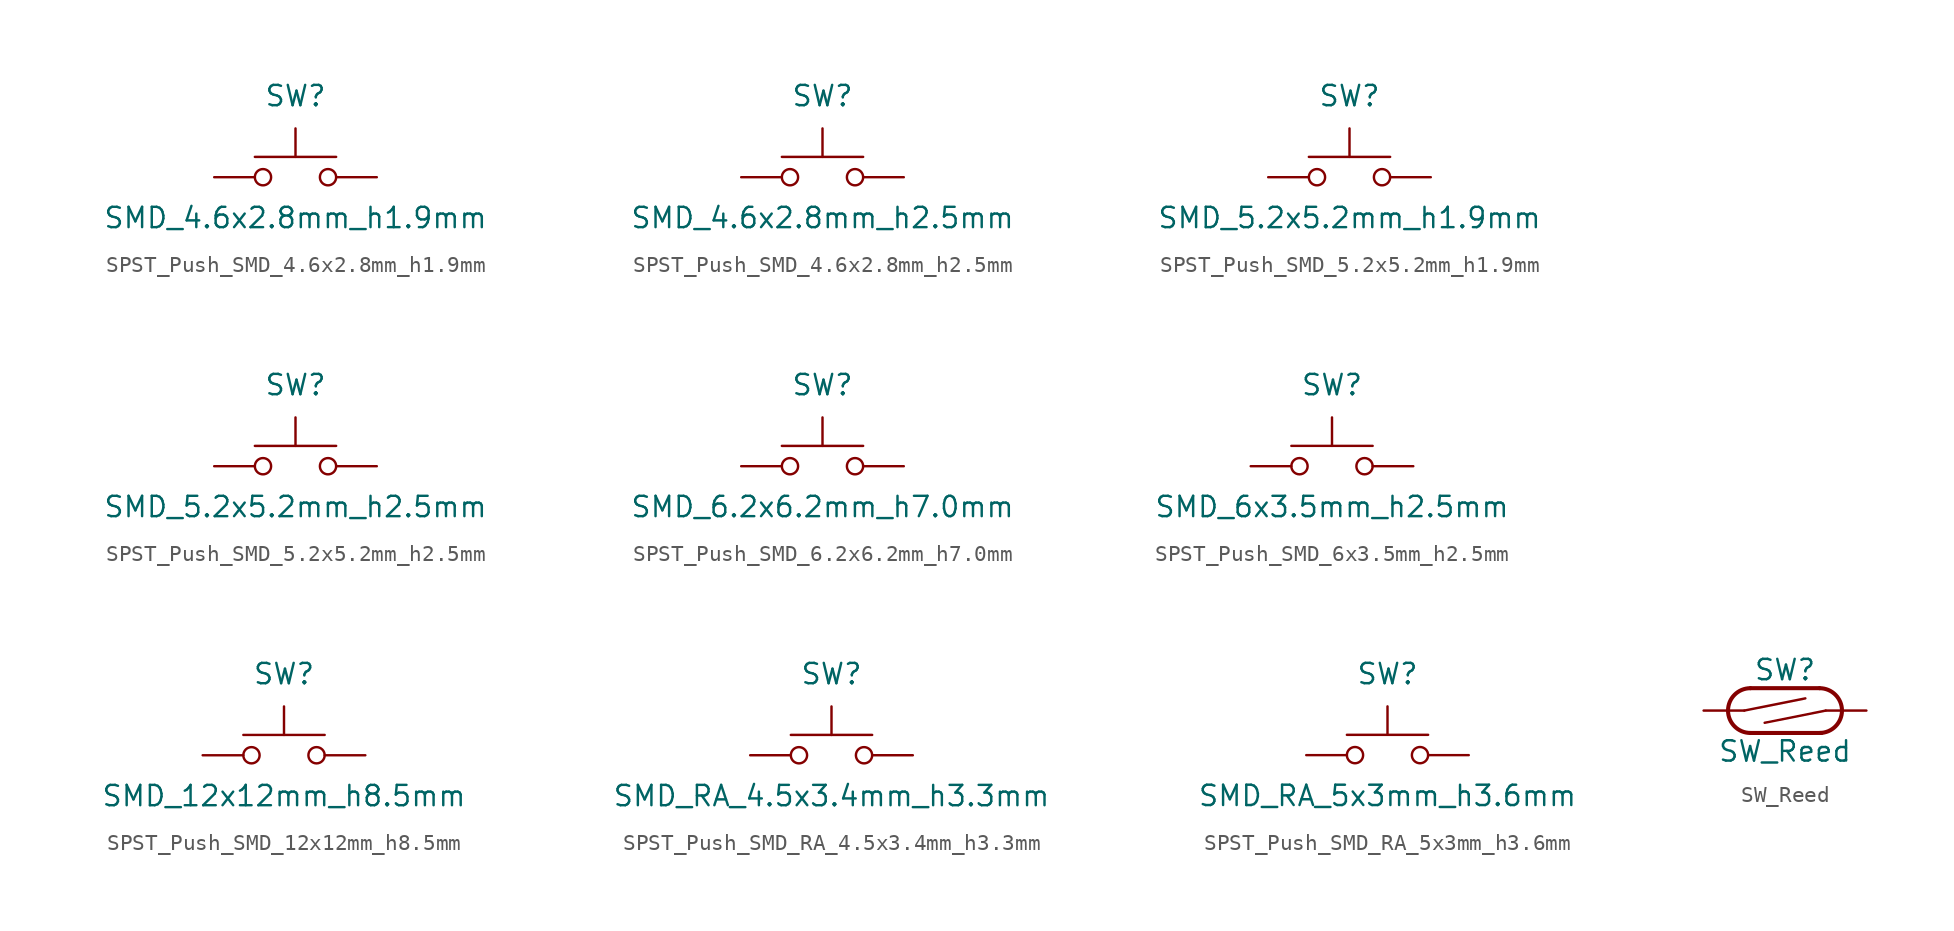
<source format=kicad_sym>
(kicad_symbol_lib
  (version 20241209)
  (generator "kicad_symbol_editor")
  (generator_version "9.0")
  (symbol "SPST_Push_SMD_4.6x2.8mm_h1.9mm"
    (pin_numbers
      (hide yes))
    (pin_names
      (offset 0)
      (hide yes))
    (property "Reference" "SW"
      (at 0 5.08 0)
      (effects (font (size 1.27 1.27))))
    (property "Value" "SMD_4.6x2.8mm_h1.9mm"
      (at 0 -2.54 0)
      (effects (font (size 1.27 1.27))))
    (symbol "SPST_Push_SMD_4.6x2.8mm_h1.9mm_0_1"
      (circle (center -2.032 0) (radius 0.508) (stroke (width 0) (type default)) (fill (type none)))
      (polyline (pts (xy 0 1.27) (xy 0 3.048)) (stroke (width 0) (type default)) (fill (type none)))
      (circle (center 2.032 0) (radius 0.508) (stroke (width 0) (type default)) (fill (type none)))
      (polyline (pts (xy 2.54 1.27) (xy -2.54 1.27)) (stroke (width 0) (type default)) (fill (type none)))
      (pin passive line (at -5.08 0 0) (length 2.54) (name "1" (effects (font (size 1.27 1.27)))) (number "1" (effects (font (size 1.27 1.27)))))
      (pin passive line (at 5.08 0 180) (length 2.54) (name "2" (effects (font (size 1.27 1.27)))) (number "2" (effects (font (size 1.27 1.27)))))))
  (symbol "SPST_Push_SMD_4.6x2.8mm_h2.5mm"
    (pin_numbers
      (hide yes))
    (pin_names
      (offset 0)
      (hide yes))
    (property "Reference" "SW"
      (at 0 5.08 0)
      (effects (font (size 1.27 1.27))))
    (property "Value" "SMD_4.6x2.8mm_h2.5mm"
      (at 0 -2.54 0)
      (effects (font (size 1.27 1.27))))
    (symbol "SPST_Push_SMD_4.6x2.8mm_h2.5mm_0_1"
      (circle (center -2.032 0) (radius 0.508) (stroke (width 0) (type default)) (fill (type none)))
      (polyline (pts (xy 0 1.27) (xy 0 3.048)) (stroke (width 0) (type default)) (fill (type none)))
      (circle (center 2.032 0) (radius 0.508) (stroke (width 0) (type default)) (fill (type none)))
      (polyline (pts (xy 2.54 1.27) (xy -2.54 1.27)) (stroke (width 0) (type default)) (fill (type none)))
      (pin passive line (at -5.08 0 0) (length 2.54) (name "1" (effects (font (size 1.27 1.27)))) (number "1" (effects (font (size 1.27 1.27))))))
    (symbol "SPST_Push_SMD_4.6x2.8mm_h2.5mm_1_1"
      (pin passive line (at 5.08 0 180) (length 2.54) (name "2" (effects (font (size 1.27 1.27)))) (number "2" (effects (font (size 1.27 1.27)))))))
  (symbol "SPST_Push_SMD_5.2x5.2mm_h1.9mm"
    (pin_numbers
      (hide yes))
    (pin_names
      (offset 0)
      (hide yes))
    (property "Reference" "SW"
      (at 0 5.08 0)
      (effects (font (size 1.27 1.27))))
    (property "Value" "SMD_5.2x5.2mm_h1.9mm"
      (at 0 -2.54 0)
      (effects (font (size 1.27 1.27))))
    (symbol "SPST_Push_SMD_5.2x5.2mm_h1.9mm_0_1"
      (circle (center -2.032 0) (radius 0.508) (stroke (width 0) (type default)) (fill (type none)))
      (polyline (pts (xy 0 1.27) (xy 0 3.048)) (stroke (width 0) (type default)) (fill (type none)))
      (circle (center 2.032 0) (radius 0.508) (stroke (width 0) (type default)) (fill (type none)))
      (polyline (pts (xy 2.54 1.27) (xy -2.54 1.27)) (stroke (width 0) (type default)) (fill (type none))))
    (symbol "SPST_Push_SMD_5.2x5.2mm_h1.9mm_1_1"
      (pin passive line (at -5.08 0 0) (length 2.54) (name "1" (effects (font (size 1.27 1.27)))) (number "1" (effects (font (size 1.27 1.27)))))
      (pin passive line (at 5.08 0 180) (length 2.54) (name "2" (effects (font (size 1.27 1.27)))) (number "2" (effects (font (size 1.27 1.27)))))))
  (symbol "SPST_Push_SMD_5.2x5.2mm_h2.5mm"
    (pin_numbers
      (hide yes))
    (pin_names
      (offset 0)
      (hide yes))
    (property "Reference" "SW"
      (at 0 5.08 0)
      (effects (font (size 1.27 1.27))))
    (property "Value" "SMD_5.2x5.2mm_h2.5mm"
      (at 0 -2.54 0)
      (effects (font (size 1.27 1.27))))
    (symbol "SPST_Push_SMD_5.2x5.2mm_h2.5mm_0_1"
      (circle (center -2.032 0) (radius 0.508) (stroke (width 0) (type default)) (fill (type none)))
      (polyline (pts (xy 0 1.27) (xy 0 3.048)) (stroke (width 0) (type default)) (fill (type none)))
      (circle (center 2.032 0) (radius 0.508) (stroke (width 0) (type default)) (fill (type none)))
      (polyline (pts (xy 2.54 1.27) (xy -2.54 1.27)) (stroke (width 0) (type default)) (fill (type none)))
      (pin passive line (at -5.08 0 0) (length 2.54) (name "1" (effects (font (size 1.27 1.27)))) (number "1" (effects (font (size 1.27 1.27))))))
    (symbol "SPST_Push_SMD_5.2x5.2mm_h2.5mm_1_1"
      (pin passive line (at 5.08 0 180) (length 2.54) (name "2" (effects (font (size 1.27 1.27)))) (number "2" (effects (font (size 1.27 1.27)))))))
  (symbol "SPST_Push_SMD_6.2x6.2mm_h7.0mm"
    (pin_numbers
      (hide yes))
    (pin_names
      (offset 0)
      (hide yes))
    (property "Reference" "SW"
      (at 0 5.08 0)
      (effects (font (size 1.27 1.27))))
    (property "Value" "SMD_6.2x6.2mm_h7.0mm"
      (at 0 -2.54 0)
      (effects (font (size 1.27 1.27))))
    (symbol "SPST_Push_SMD_6.2x6.2mm_h7.0mm_0_1"
      (circle (center -2.032 0) (radius 0.508) (stroke (width 0) (type default)) (fill (type none)))
      (polyline (pts (xy 0 1.27) (xy 0 3.048)) (stroke (width 0) (type default)) (fill (type none)))
      (circle (center 2.032 0) (radius 0.508) (stroke (width 0) (type default)) (fill (type none)))
      (polyline (pts (xy 2.54 1.27) (xy -2.54 1.27)) (stroke (width 0) (type default)) (fill (type none)))
      (pin passive line (at -5.08 0 0) (length 2.54) (name "1" (effects (font (size 1.27 1.27)))) (number "1" (effects (font (size 1.27 1.27))))))
    (symbol "SPST_Push_SMD_6.2x6.2mm_h7.0mm_1_1"
      (pin passive line (at 5.08 0 180) (length 2.54) (name "2" (effects (font (size 1.27 1.27)))) (number "2" (effects (font (size 1.27 1.27)))))))
  (symbol "SPST_Push_SMD_6x3.5mm_h2.5mm"
    (pin_numbers
      (hide yes))
    (pin_names
      (offset 0)
      (hide yes))
    (property "Reference" "SW"
      (at 0 5.08 0)
      (effects (font (size 1.27 1.27))))
    (property "Value" "SMD_6x3.5mm_h2.5mm"
      (at 0 -2.54 0)
      (effects (font (size 1.27 1.27))))
    (symbol "SPST_Push_SMD_6x3.5mm_h2.5mm_0_1"
      (circle (center -2.032 0) (radius 0.508) (stroke (width 0) (type default)) (fill (type none)))
      (polyline (pts (xy 0 1.27) (xy 0 3.048)) (stroke (width 0) (type default)) (fill (type none)))
      (circle (center 2.032 0) (radius 0.508) (stroke (width 0) (type default)) (fill (type none)))
      (polyline (pts (xy 2.54 1.27) (xy -2.54 1.27)) (stroke (width 0) (type default)) (fill (type none))))
    (symbol "SPST_Push_SMD_6x3.5mm_h2.5mm_1_1"
      (pin passive line (at -5.08 0 0) (length 2.54) (name "1" (effects (font (size 1.27 1.27)))) (number "1" (effects (font (size 1.27 1.27)))))
      (pin passive line (at 5.08 0 180) (length 2.54) (name "2" (effects (font (size 1.27 1.27)))) (number "2" (effects (font (size 1.27 1.27)))))))
  (symbol "SPST_Push_SMD_12x12mm_h8.5mm"
    (pin_numbers
      (hide yes))
    (pin_names
      (offset 0)
      (hide yes))
    (property "Reference" "SW"
      (at 0 5.08 0)
      (effects (font (size 1.27 1.27))))
    (property "Value" "SMD_12x12mm_h8.5mm"
      (at 0 -2.54 0)
      (effects (font (size 1.27 1.27))))
    (symbol "SPST_Push_SMD_12x12mm_h8.5mm_0_1"
      (circle (center -2.032 0) (radius 0.508) (stroke (width 0) (type default)) (fill (type none)))
      (polyline (pts (xy 0 1.27) (xy 0 3.048)) (stroke (width 0) (type default)) (fill (type none)))
      (circle (center 2.032 0) (radius 0.508) (stroke (width 0) (type default)) (fill (type none)))
      (polyline (pts (xy 2.54 1.27) (xy -2.54 1.27)) (stroke (width 0) (type default)) (fill (type none))))
    (symbol "SPST_Push_SMD_12x12mm_h8.5mm_1_1"
      (pin passive line (at -5.08 0 0) (length 2.54) (name "1" (effects (font (size 1.27 1.27)))) (number "1" (effects (font (size 1.27 1.27)))))
      (pin passive line (at 5.08 0 180) (length 2.54) (name "2" (effects (font (size 1.27 1.27)))) (number "2" (effects (font (size 1.27 1.27)))))))
  (symbol "SPST_Push_SMD_RA_4.5x3.4mm_h3.3mm"
    (pin_numbers
      (hide yes))
    (pin_names
      (offset 0)
      (hide yes))
    (property "Reference" "SW"
      (at 0 5.08 0)
      (effects (font (size 1.27 1.27))))
    (property "Value" "SMD_RA_4.5x3.4mm_h3.3mm"
      (at 0 -2.54 0)
      (effects (font (size 1.27 1.27))))
    (symbol "SPST_Push_SMD_RA_4.5x3.4mm_h3.3mm_0_1"
      (circle (center -2.032 0) (radius 0.508) (stroke (width 0) (type default)) (fill (type none)))
      (polyline (pts (xy 0 1.27) (xy 0 3.048)) (stroke (width 0) (type default)) (fill (type none)))
      (circle (center 2.032 0) (radius 0.508) (stroke (width 0) (type default)) (fill (type none)))
      (polyline (pts (xy 2.54 1.27) (xy -2.54 1.27)) (stroke (width 0) (type default)) (fill (type none))))
    (symbol "SPST_Push_SMD_RA_4.5x3.4mm_h3.3mm_1_1"
      (pin passive line (at -5.08 0 0) (length 2.54) (name "1" (effects (font (size 1.27 1.27)))) (number "1" (effects (font (size 1.27 1.27)))))
      (pin passive line (at 5.08 0 180) (length 2.54) (name "2" (effects (font (size 1.27 1.27)))) (number "2" (effects (font (size 1.27 1.27)))))))
  (symbol "SPST_Push_SMD_RA_5x3mm_h3.6mm"
    (pin_numbers
      (hide yes))
    (pin_names
      (offset 0)
      (hide yes))
    (property "Reference" "SW"
      (at 0 5.08 0)
      (effects (font (size 1.27 1.27))))
    (property "Value" "SMD_RA_5x3mm_h3.6mm"
      (at 0 -2.54 0)
      (effects (font (size 1.27 1.27))))
    (symbol "SPST_Push_SMD_RA_5x3mm_h3.6mm_0_1"
      (circle (center -2.032 0) (radius 0.508) (stroke (width 0) (type default)) (fill (type none)))
      (polyline (pts (xy 0 1.27) (xy 0 3.048)) (stroke (width 0) (type default)) (fill (type none)))
      (circle (center 2.032 0) (radius 0.508) (stroke (width 0) (type default)) (fill (type none)))
      (polyline (pts (xy 2.54 1.27) (xy -2.54 1.27)) (stroke (width 0) (type default)) (fill (type none))))
    (symbol "SPST_Push_SMD_RA_5x3mm_h3.6mm_1_1"
      (pin passive line (at -5.08 0 0) (length 2.54) (name "1" (effects (font (size 1.27 1.27)))) (number "1" (effects (font (size 1.27 1.27)))))
      (pin passive line (at 5.08 0 180) (length 2.54) (name "2" (effects (font (size 1.27 1.27)))) (number "2" (effects (font (size 1.27 1.27)))))))
  (symbol "SW_Reed"
    (pin_numbers
      (hide yes))
    (pin_names
      (offset 0)
      (hide yes))
    (property "Reference" "SW"
      (at 0 2.54 0)
      (effects (font (size 1.27 1.27))))
    (property "Value" "SW_Reed"
      (at 0 -2.54 0)
      (effects (font (size 1.27 1.27))))
    (symbol "SW_Reed_0_0"
      (polyline (pts (xy -2.54 0) (xy 1.27 0.762)) (stroke (width 0) (type default)) (fill (type none)))
      (polyline (pts (xy -2.159 -1.397) (xy 2.286 -1.397)) (stroke (width 0.254) (type default)) (fill (type none)))
      (arc (start -2.159 -1.397) (mid -3.55 0) (end -2.159 1.397) (stroke (width 0.254) (type default)) (fill (type none)))
      (arc (start 2.159 1.397) (mid 3.55 0) (end 2.159 -1.397) (stroke (width 0.254) (type default)) (fill (type none)))
      (polyline (pts (xy 2.159 1.397) (xy -2.159 1.397)) (stroke (width 0.254) (type default)) (fill (type none)))
      (polyline (pts (xy 2.54 0) (xy -1.27 -0.762)) (stroke (width 0) (type default)) (fill (type none))))
    (symbol "SW_Reed_1_1"
      (pin passive line (at -5.08 0 0) (length 2.54) (name "1" (effects (font (size 1.27 1.27)))) (number "1" (effects (font (size 1.27 1.27)))))
      (pin passive line (at 5.08 0 180) (length 2.54) (name "2" (effects (font (size 1.27 1.27)))) (number "2" (effects (font (size 1.27 1.27))))))))
</source>
